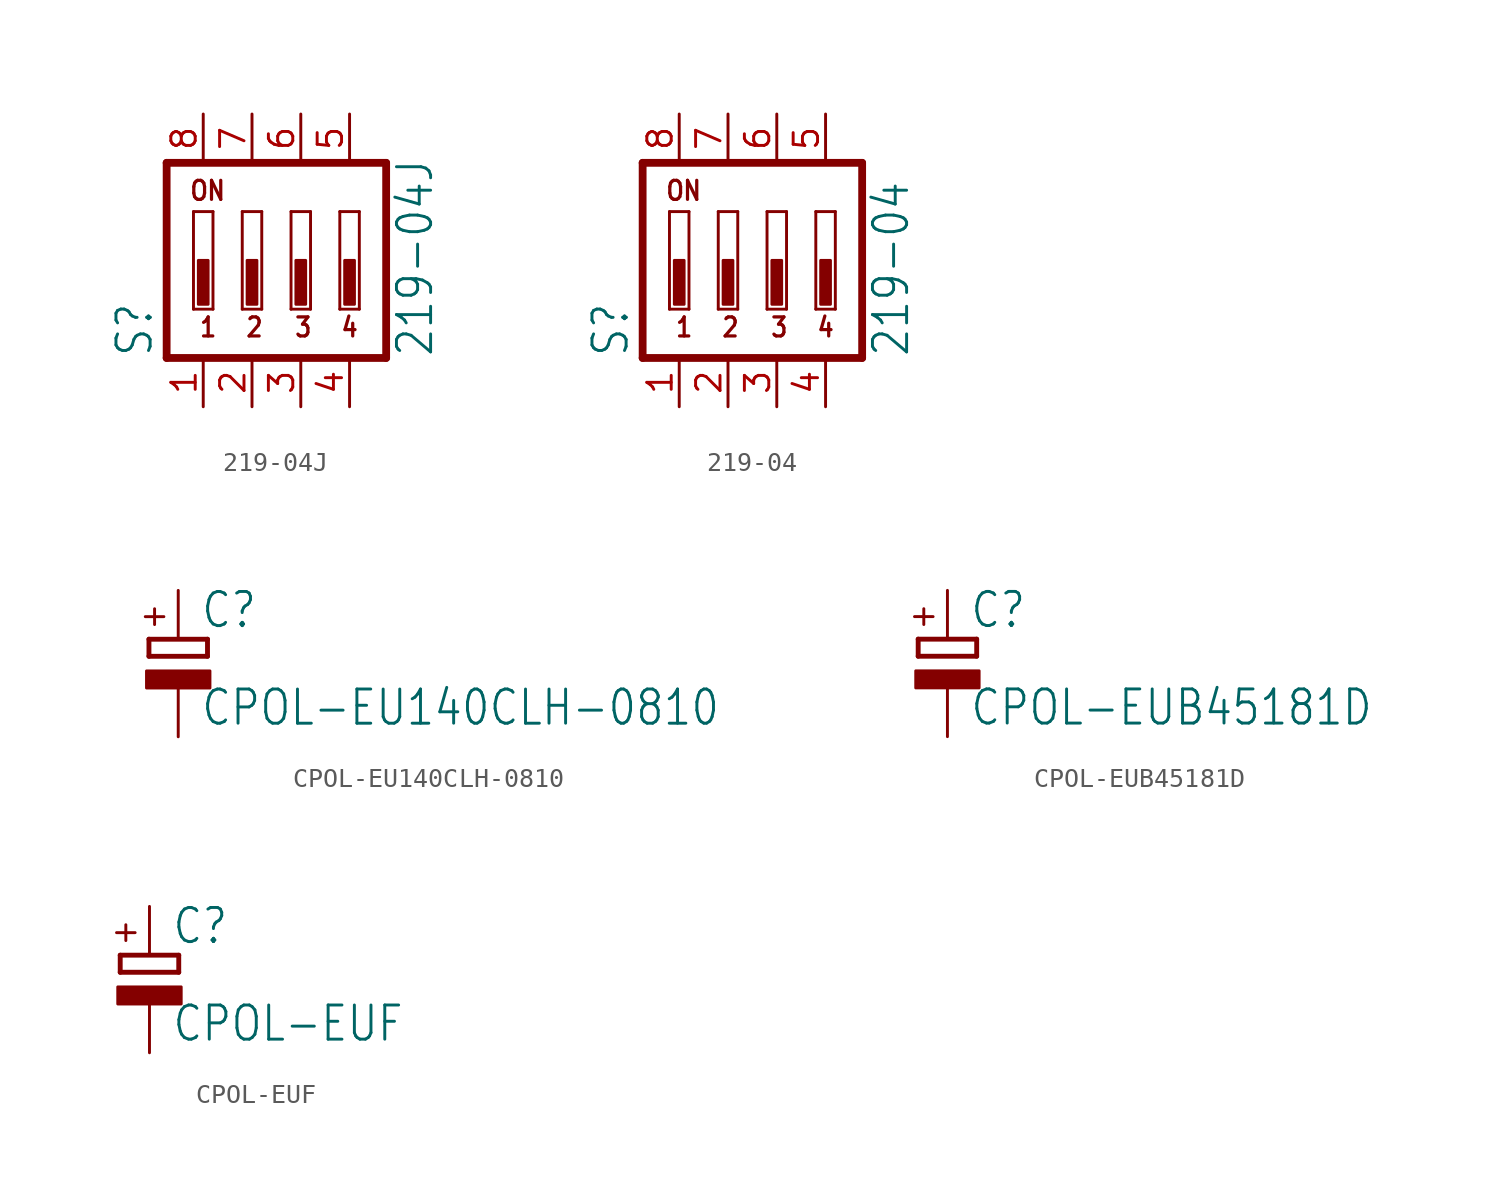
<source format=kicad_sym>
(kicad_symbol_lib
  (version 20210619)
  (generator kicad_symbol_editor)
  (symbol "219-04J"
    (property "Reference" "S"
      (at -5.08 -5.08 90)
      (effects (font (size 1.778 1.511)) (justify left bottom)))
    (property "Value" "219-04J"
      (at 9.525 -5.08 90)
      (effects (font (size 1.778 1.511)) (justify left bottom)))
    (property "ki_locked" ""
      (at 0 0 0)
      (effects (font (size 1.27 1.27))))
    (symbol "219-04J_1_0"
      (text "1" (at -2.794 -4.064 0) (effects (font (size 0.991 0.842) (thickness 0.168) bold) (justify left bottom)))
      (text "2" (at -0.381 -4.064 0) (effects (font (size 0.991 0.842) (thickness 0.168) bold) (justify left bottom)))
      (text "3" (at 2.159 -4.064 0) (effects (font (size 0.991 0.842) (thickness 0.168) bold) (justify left bottom)))
      (text "4" (at 4.572 -4.064 0) (effects (font (size 0.991 0.842) (thickness 0.168) bold) (justify left bottom)))
      (text "ON" (at -3.302 3.048 0) (effects (font (size 0.991 0.842) (thickness 0.168) bold) (justify left bottom)))
      (rectangle (start -2.794 -2.286) (end -2.286 0) (stroke (width 0)) (fill (type outline)))
      (rectangle (start -0.254 -2.286) (end 0.254 0) (stroke (width 0)) (fill (type outline)))
      (rectangle (start 2.286 -2.286) (end 2.794 0) (stroke (width 0)) (fill (type outline)))
      (rectangle (start 4.826 -2.286) (end 5.334 0) (stroke (width 0)) (fill (type outline)))
      (polyline (pts (xy -4.445 -5.08) (xy 6.985 -5.08)) (stroke (width 0.406)) (fill (type none)))
      (polyline (pts (xy -4.445 5.08) (xy -4.445 -5.08)) (stroke (width 0.406)) (fill (type none)))
      (polyline (pts (xy -3.048 -2.54) (xy -3.048 2.54)) (stroke (width 0.152)) (fill (type none)))
      (polyline (pts (xy -3.048 2.54) (xy -2.032 2.54)) (stroke (width 0.152)) (fill (type none)))
      (polyline (pts (xy -2.032 -2.54) (xy -3.048 -2.54)) (stroke (width 0.152)) (fill (type none)))
      (polyline (pts (xy -2.032 2.54) (xy -2.032 -2.54)) (stroke (width 0.152)) (fill (type none)))
      (polyline (pts (xy -0.508 -2.54) (xy -0.508 2.54)) (stroke (width 0.152)) (fill (type none)))
      (polyline (pts (xy -0.508 2.54) (xy 0.508 2.54)) (stroke (width 0.152)) (fill (type none)))
      (polyline (pts (xy 0.508 -2.54) (xy -0.508 -2.54)) (stroke (width 0.152)) (fill (type none)))
      (polyline (pts (xy 0.508 2.54) (xy 0.508 -2.54)) (stroke (width 0.152)) (fill (type none)))
      (polyline (pts (xy 2.032 -2.54) (xy 2.032 2.54)) (stroke (width 0.152)) (fill (type none)))
      (polyline (pts (xy 2.032 2.54) (xy 3.048 2.54)) (stroke (width 0.152)) (fill (type none)))
      (polyline (pts (xy 3.048 -2.54) (xy 2.032 -2.54)) (stroke (width 0.152)) (fill (type none)))
      (polyline (pts (xy 3.048 2.54) (xy 3.048 -2.54)) (stroke (width 0.152)) (fill (type none)))
      (polyline (pts (xy 4.572 -2.54) (xy 4.572 2.54)) (stroke (width 0.152)) (fill (type none)))
      (polyline (pts (xy 4.572 2.54) (xy 5.588 2.54)) (stroke (width 0.152)) (fill (type none)))
      (polyline (pts (xy 5.588 -2.54) (xy 4.572 -2.54)) (stroke (width 0.152)) (fill (type none)))
      (polyline (pts (xy 5.588 2.54) (xy 5.588 -2.54)) (stroke (width 0.152)) (fill (type none)))
      (polyline (pts (xy 6.985 -5.08) (xy 6.985 5.08)) (stroke (width 0.406)) (fill (type none)))
      (polyline (pts (xy 6.985 5.08) (xy -4.445 5.08)) (stroke (width 0.406)) (fill (type none)))
      (pin passive line (at -2.54 -7.62 90) (length 2.54) (name "1" (effects (font (size 0 0)))) (number "1" (effects (font (size 1.27 1.27)))))
      (pin passive line (at 0 -7.62 90) (length 2.54) (name "2" (effects (font (size 0 0)))) (number "2" (effects (font (size 1.27 1.27)))))
      (pin passive line (at 2.54 -7.62 90) (length 2.54) (name "3" (effects (font (size 0 0)))) (number "3" (effects (font (size 1.27 1.27)))))
      (pin passive line (at 5.08 -7.62 90) (length 2.54) (name "4" (effects (font (size 0 0)))) (number "4" (effects (font (size 1.27 1.27)))))
      (pin passive line (at 5.08 7.62 270) (length 2.54) (name "5" (effects (font (size 0 0)))) (number "5" (effects (font (size 1.27 1.27)))))
      (pin passive line (at 2.54 7.62 270) (length 2.54) (name "6" (effects (font (size 0 0)))) (number "6" (effects (font (size 1.27 1.27)))))
      (pin passive line (at 0 7.62 270) (length 2.54) (name "7" (effects (font (size 0 0)))) (number "7" (effects (font (size 1.27 1.27)))))
      (pin passive line (at -2.54 7.62 270) (length 2.54) (name "8" (effects (font (size 0 0)))) (number "8" (effects (font (size 1.27 1.27)))))))
  (symbol "219-04"
    (property "Reference" "S"
      (at -5.08 -5.08 90)
      (effects (font (size 1.778 1.511)) (justify left bottom)))
    (property "Value" "219-04"
      (at 9.525 -5.08 90)
      (effects (font (size 1.778 1.511)) (justify left bottom)))
    (property "ki_locked" ""
      (at 0 0 0)
      (effects (font (size 1.27 1.27))))
    (symbol "219-04_1_0"
      (text "1" (at -2.794 -4.064 0) (effects (font (size 0.991 0.842) (thickness 0.168) bold) (justify left bottom)))
      (text "2" (at -0.381 -4.064 0) (effects (font (size 0.991 0.842) (thickness 0.168) bold) (justify left bottom)))
      (text "3" (at 2.159 -4.064 0) (effects (font (size 0.991 0.842) (thickness 0.168) bold) (justify left bottom)))
      (text "4" (at 4.572 -4.064 0) (effects (font (size 0.991 0.842) (thickness 0.168) bold) (justify left bottom)))
      (text "ON" (at -3.302 3.048 0) (effects (font (size 0.991 0.842) (thickness 0.168) bold) (justify left bottom)))
      (rectangle (start -2.794 -2.286) (end -2.286 0) (stroke (width 0)) (fill (type outline)))
      (rectangle (start -0.254 -2.286) (end 0.254 0) (stroke (width 0)) (fill (type outline)))
      (rectangle (start 2.286 -2.286) (end 2.794 0) (stroke (width 0)) (fill (type outline)))
      (rectangle (start 4.826 -2.286) (end 5.334 0) (stroke (width 0)) (fill (type outline)))
      (polyline (pts (xy -4.445 -5.08) (xy 6.985 -5.08)) (stroke (width 0.406)) (fill (type none)))
      (polyline (pts (xy -4.445 5.08) (xy -4.445 -5.08)) (stroke (width 0.406)) (fill (type none)))
      (polyline (pts (xy -3.048 -2.54) (xy -3.048 2.54)) (stroke (width 0.152)) (fill (type none)))
      (polyline (pts (xy -3.048 2.54) (xy -2.032 2.54)) (stroke (width 0.152)) (fill (type none)))
      (polyline (pts (xy -2.032 -2.54) (xy -3.048 -2.54)) (stroke (width 0.152)) (fill (type none)))
      (polyline (pts (xy -2.032 2.54) (xy -2.032 -2.54)) (stroke (width 0.152)) (fill (type none)))
      (polyline (pts (xy -0.508 -2.54) (xy -0.508 2.54)) (stroke (width 0.152)) (fill (type none)))
      (polyline (pts (xy -0.508 2.54) (xy 0.508 2.54)) (stroke (width 0.152)) (fill (type none)))
      (polyline (pts (xy 0.508 -2.54) (xy -0.508 -2.54)) (stroke (width 0.152)) (fill (type none)))
      (polyline (pts (xy 0.508 2.54) (xy 0.508 -2.54)) (stroke (width 0.152)) (fill (type none)))
      (polyline (pts (xy 2.032 -2.54) (xy 2.032 2.54)) (stroke (width 0.152)) (fill (type none)))
      (polyline (pts (xy 2.032 2.54) (xy 3.048 2.54)) (stroke (width 0.152)) (fill (type none)))
      (polyline (pts (xy 3.048 -2.54) (xy 2.032 -2.54)) (stroke (width 0.152)) (fill (type none)))
      (polyline (pts (xy 3.048 2.54) (xy 3.048 -2.54)) (stroke (width 0.152)) (fill (type none)))
      (polyline (pts (xy 4.572 -2.54) (xy 4.572 2.54)) (stroke (width 0.152)) (fill (type none)))
      (polyline (pts (xy 4.572 2.54) (xy 5.588 2.54)) (stroke (width 0.152)) (fill (type none)))
      (polyline (pts (xy 5.588 -2.54) (xy 4.572 -2.54)) (stroke (width 0.152)) (fill (type none)))
      (polyline (pts (xy 5.588 2.54) (xy 5.588 -2.54)) (stroke (width 0.152)) (fill (type none)))
      (polyline (pts (xy 6.985 -5.08) (xy 6.985 5.08)) (stroke (width 0.406)) (fill (type none)))
      (polyline (pts (xy 6.985 5.08) (xy -4.445 5.08)) (stroke (width 0.406)) (fill (type none)))
      (pin passive line (at -2.54 -7.62 90) (length 2.54) (name "1" (effects (font (size 0 0)))) (number "1" (effects (font (size 1.27 1.27)))))
      (pin passive line (at 0 -7.62 90) (length 2.54) (name "2" (effects (font (size 0 0)))) (number "2" (effects (font (size 1.27 1.27)))))
      (pin passive line (at 2.54 -7.62 90) (length 2.54) (name "3" (effects (font (size 0 0)))) (number "3" (effects (font (size 1.27 1.27)))))
      (pin passive line (at 5.08 -7.62 90) (length 2.54) (name "4" (effects (font (size 0 0)))) (number "4" (effects (font (size 1.27 1.27)))))
      (pin passive line (at 5.08 7.62 270) (length 2.54) (name "5" (effects (font (size 0 0)))) (number "5" (effects (font (size 1.27 1.27)))))
      (pin passive line (at 2.54 7.62 270) (length 2.54) (name "6" (effects (font (size 0 0)))) (number "6" (effects (font (size 1.27 1.27)))))
      (pin passive line (at 0 7.62 270) (length 2.54) (name "7" (effects (font (size 0 0)))) (number "7" (effects (font (size 1.27 1.27)))))
      (pin passive line (at -2.54 7.62 270) (length 2.54) (name "8" (effects (font (size 0 0)))) (number "8" (effects (font (size 1.27 1.27)))))))
  (symbol "CPOL-EU140CLH-0810"
    (property "Reference" "C"
      (at 1.143 0.483 0)
      (effects (font (size 1.778 1.511)) (justify left bottom)))
    (property "Value" "CPOL-EU140CLH-0810"
      (at 1.143 -4.597 0)
      (effects (font (size 1.778 1.511)) (justify left bottom)))
    (property "ki_locked" ""
      (at 0 0 0)
      (effects (font (size 1.27 1.27))))
    (symbol "CPOL-EU140CLH-0810_1_0"
      (text "+" (at -0.584 0.406 900) (effects (font (size 1.27 1.079)) (justify left bottom)))
      (rectangle (start -1.651 -2.54) (end 1.651 -1.651) (stroke (width 0)) (fill (type outline)))
      (polyline (pts (xy -1.524 -0.889) (xy 1.524 -0.889)) (stroke (width 0.254)) (fill (type none)))
      (polyline (pts (xy -1.524 0) (xy -1.524 -0.889)) (stroke (width 0.254)) (fill (type none)))
      (polyline (pts (xy -1.524 0) (xy 1.524 0)) (stroke (width 0.254)) (fill (type none)))
      (polyline (pts (xy 1.524 -0.889) (xy 1.524 0)) (stroke (width 0.254)) (fill (type none)))
      (pin passive line (at 0 2.54 270) (length 2.54) (name "+" (effects (font (size 0 0)))) (number "+" (effects (font (size 0 0)))))
      (pin passive line (at 0 -5.08 90) (length 2.54) (name "-" (effects (font (size 0 0)))) (number "-" (effects (font (size 0 0)))))))
  (symbol "CPOL-EUB45181D"
    (property "Reference" "C"
      (at 1.143 0.483 0)
      (effects (font (size 1.778 1.511)) (justify left bottom)))
    (property "Value" "CPOL-EUB45181D"
      (at 1.143 -4.597 0)
      (effects (font (size 1.778 1.511)) (justify left bottom)))
    (property "ki_locked" ""
      (at 0 0 0)
      (effects (font (size 1.27 1.27))))
    (symbol "CPOL-EUB45181D_1_0"
      (text "+" (at -0.584 0.406 900) (effects (font (size 1.27 1.079)) (justify left bottom)))
      (rectangle (start -1.651 -2.54) (end 1.651 -1.651) (stroke (width 0)) (fill (type outline)))
      (polyline (pts (xy -1.524 -0.889) (xy 1.524 -0.889)) (stroke (width 0.254)) (fill (type none)))
      (polyline (pts (xy -1.524 0) (xy -1.524 -0.889)) (stroke (width 0.254)) (fill (type none)))
      (polyline (pts (xy -1.524 0) (xy 1.524 0)) (stroke (width 0.254)) (fill (type none)))
      (polyline (pts (xy 1.524 -0.889) (xy 1.524 0)) (stroke (width 0.254)) (fill (type none)))
      (pin passive line (at 0 2.54 270) (length 2.54) (name "+" (effects (font (size 0 0)))) (number "+" (effects (font (size 0 0)))))
      (pin passive line (at 0 -5.08 90) (length 2.54) (name "-" (effects (font (size 0 0)))) (number "-" (effects (font (size 0 0)))))))
  (symbol "CPOL-EUF"
    (property "Reference" "C"
      (at 1.143 0.483 0)
      (effects (font (size 1.778 1.511)) (justify left bottom)))
    (property "Value" "CPOL-EUF"
      (at 1.143 -4.597 0)
      (effects (font (size 1.778 1.511)) (justify left bottom)))
    (property "ki_locked" ""
      (at 0 0 0)
      (effects (font (size 1.27 1.27))))
    (symbol "CPOL-EUF_1_0"
      (text "+" (at -0.584 0.406 900) (effects (font (size 1.27 1.079)) (justify left bottom)))
      (rectangle (start -1.651 -2.54) (end 1.651 -1.651) (stroke (width 0)) (fill (type outline)))
      (polyline (pts (xy -1.524 -0.889) (xy 1.524 -0.889)) (stroke (width 0.254)) (fill (type none)))
      (polyline (pts (xy -1.524 0) (xy -1.524 -0.889)) (stroke (width 0.254)) (fill (type none)))
      (polyline (pts (xy -1.524 0) (xy 1.524 0)) (stroke (width 0.254)) (fill (type none)))
      (polyline (pts (xy 1.524 -0.889) (xy 1.524 0)) (stroke (width 0.254)) (fill (type none)))
      (pin passive line (at 0 2.54 270) (length 2.54) (name "+" (effects (font (size 0 0)))) (number "+" (effects (font (size 0 0)))))
      (pin passive line (at 0 -5.08 90) (length 2.54) (name "-" (effects (font (size 0 0)))) (number "-" (effects (font (size 0 0))))))))
</source>
